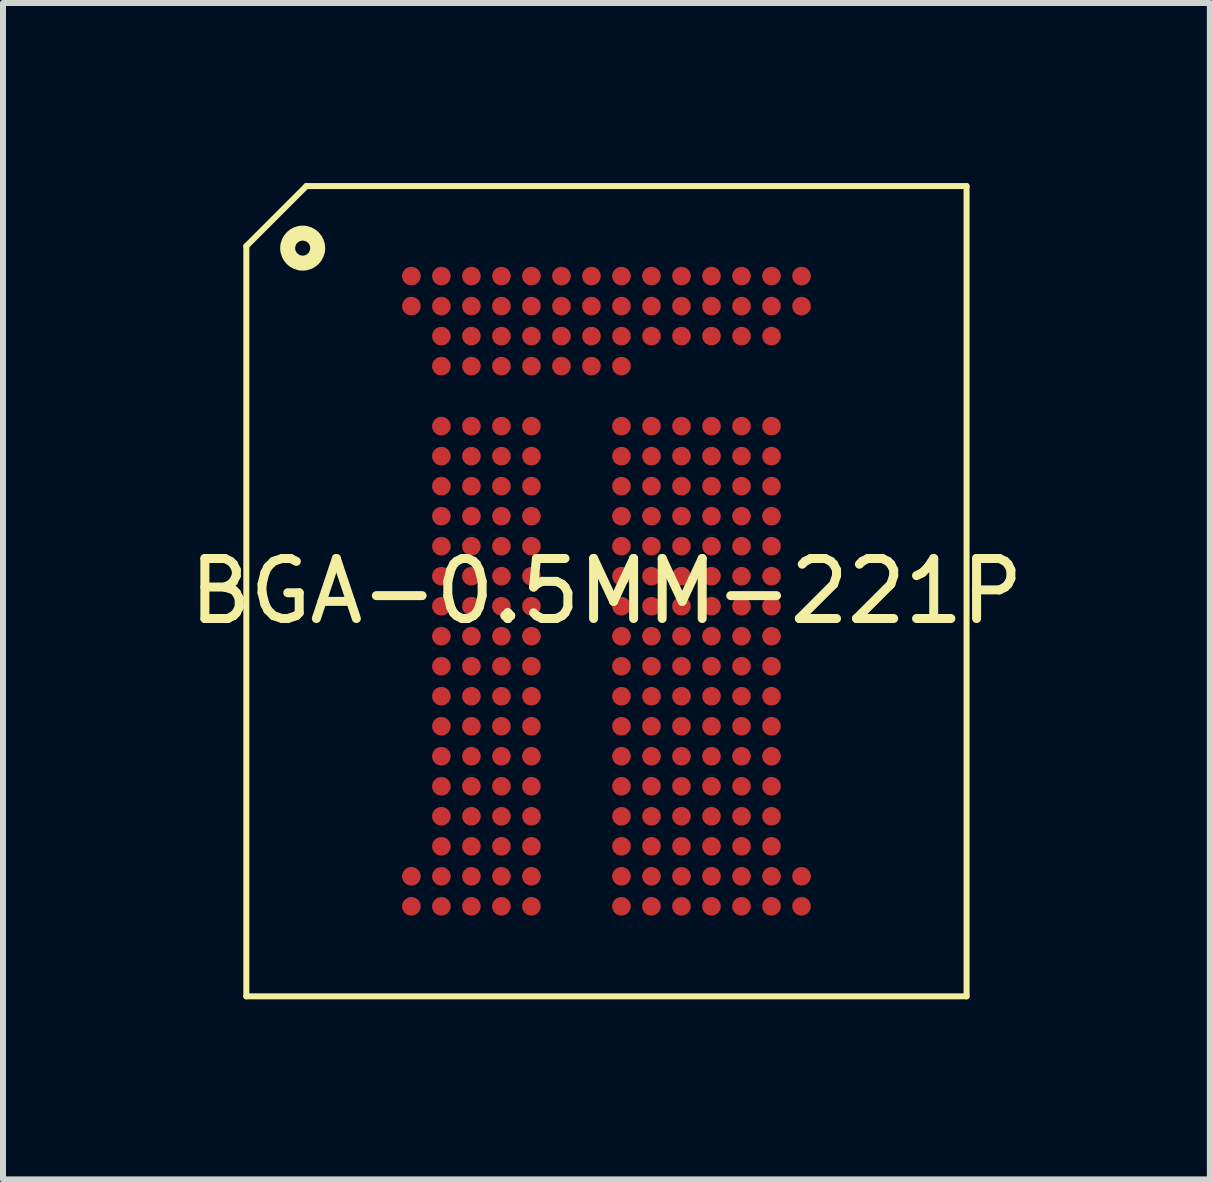
<source format=kicad_pcb>
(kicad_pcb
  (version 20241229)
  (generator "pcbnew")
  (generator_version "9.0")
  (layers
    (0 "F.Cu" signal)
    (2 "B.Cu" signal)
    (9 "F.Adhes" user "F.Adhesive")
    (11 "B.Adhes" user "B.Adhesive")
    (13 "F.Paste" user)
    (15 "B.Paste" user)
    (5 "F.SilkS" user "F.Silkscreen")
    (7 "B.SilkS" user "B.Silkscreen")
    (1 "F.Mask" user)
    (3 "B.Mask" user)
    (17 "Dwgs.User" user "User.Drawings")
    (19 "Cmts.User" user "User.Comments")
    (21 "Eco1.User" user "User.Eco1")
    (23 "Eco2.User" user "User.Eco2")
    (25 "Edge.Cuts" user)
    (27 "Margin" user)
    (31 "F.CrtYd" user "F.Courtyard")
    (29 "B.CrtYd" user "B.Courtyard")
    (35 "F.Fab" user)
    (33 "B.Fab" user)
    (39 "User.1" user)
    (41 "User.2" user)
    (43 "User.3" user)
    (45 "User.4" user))
  (footprint "BGA-0.5MM-221P"
    (layer "F.Cu")
    (at 7.054 6.8)
    (property "Reference" "BGA-0.5MM-221P" (at 0 0 0) (layer "F.SilkS") (effects (font (size 1 1) (thickness 0.15))))
    (fp_line (start -6 -5.75) (end -6 6.75) (stroke (width 0.1) (type default)) (layer "F.SilkS"))
    (fp_line (start -6 6.75) (end 6 6.75) (stroke (width 0.1) (type default)) (layer "F.SilkS"))
    (fp_line (start -5 -6.75) (end -6 -5.75) (stroke (width 0.1) (type default)) (layer "F.SilkS"))
    (fp_line (start -5 -6.75) (end 6 -6.75) (stroke (width 0.1) (type default)) (layer "F.SilkS"))
    (fp_line (start 6 -6.75) (end 6 6.75) (stroke (width 0.1) (type default)) (layer "F.SilkS"))
    (fp_circle (center -5.061 -5.716) (end -4.811 -5.716) (stroke (width 0.25) (type default)) (fill no) (layer "F.SilkS"))
    (pad "A1" smd circle (at -3.25 -5.25) (size 0.31 0.31) (layers "F.Cu" "F.Mask" "F.Paste"))
    (pad "A2" smd circle (at -2.75 -5.25) (size 0.31 0.31) (layers "F.Cu" "F.Mask" "F.Paste"))
    (pad "A3" smd circle (at -2.25 -5.25) (size 0.31 0.31) (layers "F.Cu" "F.Mask" "F.Paste"))
    (pad "A4" smd circle (at -1.75 -5.25) (size 0.31 0.31) (layers "F.Cu" "F.Mask" "F.Paste"))
    (pad "A5" smd circle (at -1.25 -5.25) (size 0.31 0.31) (layers "F.Cu" "F.Mask" "F.Paste"))
    (pad "A6" smd circle (at -0.75 -5.25) (size 0.31 0.31) (layers "F.Cu" "F.Mask" "F.Paste"))
    (pad "A7" smd circle (at -0.25 -5.25) (size 0.31 0.31) (layers "F.Cu" "F.Mask" "F.Paste"))
    (pad "A8" smd circle (at 0.25 -5.25) (size 0.31 0.31) (layers "F.Cu" "F.Mask" "F.Paste"))
    (pad "A9" smd circle (at 0.75 -5.25) (size 0.31 0.31) (layers "F.Cu" "F.Mask" "F.Paste"))
    (pad "A10" smd circle (at 1.25 -5.25) (size 0.31 0.31) (layers "F.Cu" "F.Mask" "F.Paste"))
    (pad "A11" smd circle (at 1.75 -5.25) (size 0.31 0.31) (layers "F.Cu" "F.Mask" "F.Paste"))
    (pad "A12" smd circle (at 2.25 -5.25) (size 0.31 0.31) (layers "F.Cu" "F.Mask" "F.Paste"))
    (pad "A13" smd circle (at 2.75 -5.25) (size 0.31 0.31) (layers "F.Cu" "F.Mask" "F.Paste"))
    (pad "A14" smd circle (at 3.25 -5.25) (size 0.31 0.31) (layers "F.Cu" "F.Mask" "F.Paste"))
    (pad "AA1" smd circle (at -3.25 4.75) (size 0.31 0.31) (layers "F.Cu" "F.Mask" "F.Paste"))
    (pad "AA2" smd circle (at -2.75 4.75) (size 0.31 0.31) (layers "F.Cu" "F.Mask" "F.Paste"))
    (pad "AA3" smd circle (at -2.25 4.75) (size 0.31 0.31) (layers "F.Cu" "F.Mask" "F.Paste"))
    (pad "AA4" smd circle (at -1.75 4.75) (size 0.31 0.31) (layers "F.Cu" "F.Mask" "F.Paste"))
    (pad "AA5" smd circle (at -1.25 4.75) (size 0.31 0.31) (layers "F.Cu" "F.Mask" "F.Paste"))
    (pad "AA8" smd circle (at 0.25 4.75) (size 0.31 0.31) (layers "F.Cu" "F.Mask" "F.Paste"))
    (pad "AA9" smd circle (at 0.75 4.75) (size 0.31 0.31) (layers "F.Cu" "F.Mask" "F.Paste"))
    (pad "AA10" smd circle (at 1.25 4.75) (size 0.31 0.31) (layers "F.Cu" "F.Mask" "F.Paste"))
    (pad "AA11" smd circle (at 1.75 4.75) (size 0.31 0.31) (layers "F.Cu" "F.Mask" "F.Paste"))
    (pad "AA12" smd circle (at 2.25 4.75) (size 0.31 0.31) (layers "F.Cu" "F.Mask" "F.Paste"))
    (pad "AA13" smd circle (at 2.75 4.75) (size 0.31 0.31) (layers "F.Cu" "F.Mask" "F.Paste"))
    (pad "AA14" smd circle (at 3.25 4.75) (size 0.31 0.31) (layers "F.Cu" "F.Mask" "F.Paste"))
    (pad "AB1" smd circle (at -3.25 5.25) (size 0.31 0.31) (layers "F.Cu" "F.Mask" "F.Paste"))
    (pad "AB2" smd circle (at -2.75 5.25) (size 0.31 0.31) (layers "F.Cu" "F.Mask" "F.Paste"))
    (pad "AB3" smd circle (at -2.25 5.25) (size 0.31 0.31) (layers "F.Cu" "F.Mask" "F.Paste"))
    (pad "AB4" smd circle (at -1.75 5.25) (size 0.31 0.31) (layers "F.Cu" "F.Mask" "F.Paste"))
    (pad "AB5" smd circle (at -1.25 5.25) (size 0.31 0.31) (layers "F.Cu" "F.Mask" "F.Paste"))
    (pad "AB8" smd circle (at 0.25 5.25) (size 0.31 0.31) (layers "F.Cu" "F.Mask" "F.Paste"))
    (pad "AB9" smd circle (at 0.75 5.25) (size 0.31 0.31) (layers "F.Cu" "F.Mask" "F.Paste"))
    (pad "AB10" smd circle (at 1.25 5.25) (size 0.31 0.31) (layers "F.Cu" "F.Mask" "F.Paste"))
    (pad "AB11" smd circle (at 1.75 5.25) (size 0.31 0.31) (layers "F.Cu" "F.Mask" "F.Paste"))
    (pad "AB12" smd circle (at 2.25 5.25) (size 0.31 0.31) (layers "F.Cu" "F.Mask" "F.Paste"))
    (pad "AB13" smd circle (at 2.75 5.25) (size 0.31 0.31) (layers "F.Cu" "F.Mask" "F.Paste"))
    (pad "AB14" smd circle (at 3.25 5.25) (size 0.31 0.31) (layers "F.Cu" "F.Mask" "F.Paste"))
    (pad "B1" smd circle (at -3.25 -4.75) (size 0.31 0.31) (layers "F.Cu" "F.Mask" "F.Paste"))
    (pad "B2" smd circle (at -2.75 -4.75) (size 0.31 0.31) (layers "F.Cu" "F.Mask" "F.Paste"))
    (pad "B3" smd circle (at -2.25 -4.75) (size 0.31 0.31) (layers "F.Cu" "F.Mask" "F.Paste"))
    (pad "B4" smd circle (at -1.75 -4.75) (size 0.31 0.31) (layers "F.Cu" "F.Mask" "F.Paste"))
    (pad "B5" smd circle (at -1.25 -4.75) (size 0.31 0.31) (layers "F.Cu" "F.Mask" "F.Paste"))
    (pad "B6" smd circle (at -0.75 -4.75) (size 0.31 0.31) (layers "F.Cu" "F.Mask" "F.Paste"))
    (pad "B7" smd circle (at -0.25 -4.75) (size 0.31 0.31) (layers "F.Cu" "F.Mask" "F.Paste"))
    (pad "B8" smd circle (at 0.25 -4.75) (size 0.31 0.31) (layers "F.Cu" "F.Mask" "F.Paste"))
    (pad "B9" smd circle (at 0.75 -4.75) (size 0.31 0.31) (layers "F.Cu" "F.Mask" "F.Paste"))
    (pad "B10" smd circle (at 1.25 -4.75) (size 0.31 0.31) (layers "F.Cu" "F.Mask" "F.Paste"))
    (pad "B11" smd circle (at 1.75 -4.75) (size 0.31 0.31) (layers "F.Cu" "F.Mask" "F.Paste"))
    (pad "B12" smd circle (at 2.25 -4.75) (size 0.31 0.31) (layers "F.Cu" "F.Mask" "F.Paste"))
    (pad "B13" smd circle (at 2.75 -4.75) (size 0.31 0.31) (layers "F.Cu" "F.Mask" "F.Paste"))
    (pad "B14" smd circle (at 3.25 -4.75) (size 0.31 0.31) (layers "F.Cu" "F.Mask" "F.Paste"))
    (pad "C2" smd circle (at -2.75 -4.25) (size 0.31 0.31) (layers "F.Cu" "F.Mask" "F.Paste"))
    (pad "C3" smd circle (at -2.25 -4.25) (size 0.31 0.31) (layers "F.Cu" "F.Mask" "F.Paste"))
    (pad "C4" smd circle (at -1.75 -4.25) (size 0.31 0.31) (layers "F.Cu" "F.Mask" "F.Paste"))
    (pad "C5" smd circle (at -1.25 -4.25) (size 0.31 0.31) (layers "F.Cu" "F.Mask" "F.Paste"))
    (pad "C6" smd circle (at -0.75 -4.25) (size 0.31 0.31) (layers "F.Cu" "F.Mask" "F.Paste"))
    (pad "C7" smd circle (at -0.25 -4.25) (size 0.31 0.31) (layers "F.Cu" "F.Mask" "F.Paste"))
    (pad "C8" smd circle (at 0.25 -4.25) (size 0.31 0.31) (layers "F.Cu" "F.Mask" "F.Paste"))
    (pad "C9" smd circle (at 0.75 -4.25) (size 0.31 0.31) (layers "F.Cu" "F.Mask" "F.Paste"))
    (pad "C10" smd circle (at 1.25 -4.25) (size 0.31 0.31) (layers "F.Cu" "F.Mask" "F.Paste"))
    (pad "C11" smd circle (at 1.75 -4.25) (size 0.31 0.31) (layers "F.Cu" "F.Mask" "F.Paste"))
    (pad "C12" smd circle (at 2.25 -4.25) (size 0.31 0.31) (layers "F.Cu" "F.Mask" "F.Paste"))
    (pad "C13" smd circle (at 2.75 -4.25) (size 0.31 0.31) (layers "F.Cu" "F.Mask" "F.Paste"))
    (pad "D2" smd circle (at -2.75 -3.75) (size 0.31 0.31) (layers "F.Cu" "F.Mask" "F.Paste"))
    (pad "D3" smd circle (at -2.25 -3.75) (size 0.31 0.31) (layers "F.Cu" "F.Mask" "F.Paste"))
    (pad "D4" smd circle (at -1.75 -3.75) (size 0.31 0.31) (layers "F.Cu" "F.Mask" "F.Paste"))
    (pad "D5" smd circle (at -1.25 -3.75) (size 0.31 0.31) (layers "F.Cu" "F.Mask" "F.Paste"))
    (pad "D6" smd circle (at -0.75 -3.75) (size 0.31 0.31) (layers "F.Cu" "F.Mask" "F.Paste"))
    (pad "D7" smd circle (at -0.25 -3.75) (size 0.31 0.31) (layers "F.Cu" "F.Mask" "F.Paste"))
    (pad "D8" smd circle (at 0.25 -3.75) (size 0.31 0.31) (layers "F.Cu" "F.Mask" "F.Paste"))
    (pad "F2" smd circle (at -2.75 -2.75) (size 0.31 0.31) (layers "F.Cu" "F.Mask" "F.Paste"))
    (pad "F3" smd circle (at -2.25 -2.75) (size 0.31 0.31) (layers "F.Cu" "F.Mask" "F.Paste"))
    (pad "F4" smd circle (at -1.75 -2.75) (size 0.31 0.31) (layers "F.Cu" "F.Mask" "F.Paste"))
    (pad "F5" smd circle (at -1.25 -2.75) (size 0.31 0.31) (layers "F.Cu" "F.Mask" "F.Paste"))
    (pad "F8" smd circle (at 0.25 -2.75) (size 0.31 0.31) (layers "F.Cu" "F.Mask" "F.Paste"))
    (pad "F9" smd circle (at 0.75 -2.75) (size 0.31 0.31) (layers "F.Cu" "F.Mask" "F.Paste"))
    (pad "F10" smd circle (at 1.25 -2.75) (size 0.31 0.31) (layers "F.Cu" "F.Mask" "F.Paste"))
    (pad "F11" smd circle (at 1.75 -2.75) (size 0.31 0.31) (layers "F.Cu" "F.Mask" "F.Paste"))
    (pad "F12" smd circle (at 2.25 -2.75) (size 0.31 0.31) (layers "F.Cu" "F.Mask" "F.Paste"))
    (pad "F13" smd circle (at 2.75 -2.75) (size 0.31 0.31) (layers "F.Cu" "F.Mask" "F.Paste"))
    (pad "G2" smd circle (at -2.75 -2.25) (size 0.31 0.31) (layers "F.Cu" "F.Mask" "F.Paste"))
    (pad "G3" smd circle (at -2.25 -2.25) (size 0.31 0.31) (layers "F.Cu" "F.Mask" "F.Paste"))
    (pad "G4" smd circle (at -1.75 -2.25) (size 0.31 0.31) (layers "F.Cu" "F.Mask" "F.Paste"))
    (pad "G5" smd circle (at -1.25 -2.25) (size 0.31 0.31) (layers "F.Cu" "F.Mask" "F.Paste"))
    (pad "G8" smd circle (at 0.25 -2.25) (size 0.31 0.31) (layers "F.Cu" "F.Mask" "F.Paste"))
    (pad "G9" smd circle (at 0.75 -2.25) (size 0.31 0.31) (layers "F.Cu" "F.Mask" "F.Paste"))
    (pad "G10" smd circle (at 1.25 -2.25) (size 0.31 0.31) (layers "F.Cu" "F.Mask" "F.Paste"))
    (pad "G11" smd circle (at 1.75 -2.25) (size 0.31 0.31) (layers "F.Cu" "F.Mask" "F.Paste"))
    (pad "G12" smd circle (at 2.25 -2.25) (size 0.31 0.31) (layers "F.Cu" "F.Mask" "F.Paste"))
    (pad "G13" smd circle (at 2.75 -2.25) (size 0.31 0.31) (layers "F.Cu" "F.Mask" "F.Paste"))
    (pad "H2" smd circle (at -2.75 -1.75) (size 0.31 0.31) (layers "F.Cu" "F.Mask" "F.Paste"))
    (pad "H3" smd circle (at -2.25 -1.75) (size 0.31 0.31) (layers "F.Cu" "F.Mask" "F.Paste"))
    (pad "H4" smd circle (at -1.75 -1.75) (size 0.31 0.31) (layers "F.Cu" "F.Mask" "F.Paste"))
    (pad "H5" smd circle (at -1.25 -1.75) (size 0.31 0.31) (layers "F.Cu" "F.Mask" "F.Paste"))
    (pad "H8" smd circle (at 0.25 -1.75) (size 0.31 0.31) (layers "F.Cu" "F.Mask" "F.Paste"))
    (pad "H9" smd circle (at 0.75 -1.75) (size 0.31 0.31) (layers "F.Cu" "F.Mask" "F.Paste"))
    (pad "H10" smd circle (at 1.25 -1.75) (size 0.31 0.31) (layers "F.Cu" "F.Mask" "F.Paste"))
    (pad "H11" smd circle (at 1.75 -1.75) (size 0.31 0.31) (layers "F.Cu" "F.Mask" "F.Paste"))
    (pad "H12" smd circle (at 2.25 -1.75) (size 0.31 0.31) (layers "F.Cu" "F.Mask" "F.Paste"))
    (pad "H13" smd circle (at 2.75 -1.75) (size 0.31 0.31) (layers "F.Cu" "F.Mask" "F.Paste"))
    (pad "J2" smd circle (at -2.75 -1.25) (size 0.31 0.31) (layers "F.Cu" "F.Mask" "F.Paste"))
    (pad "J3" smd circle (at -2.25 -1.25) (size 0.31 0.31) (layers "F.Cu" "F.Mask" "F.Paste"))
    (pad "J4" smd circle (at -1.75 -1.25) (size 0.31 0.31) (layers "F.Cu" "F.Mask" "F.Paste"))
    (pad "J5" smd circle (at -1.25 -1.25) (size 0.31 0.31) (layers "F.Cu" "F.Mask" "F.Paste"))
    (pad "J8" smd circle (at 0.25 -1.25) (size 0.31 0.31) (layers "F.Cu" "F.Mask" "F.Paste"))
    (pad "J9" smd circle (at 0.75 -1.25) (size 0.31 0.31) (layers "F.Cu" "F.Mask" "F.Paste"))
    (pad "J10" smd circle (at 1.25 -1.25) (size 0.31 0.31) (layers "F.Cu" "F.Mask" "F.Paste"))
    (pad "J11" smd circle (at 1.75 -1.25) (size 0.31 0.31) (layers "F.Cu" "F.Mask" "F.Paste"))
    (pad "J12" smd circle (at 2.25 -1.25) (size 0.31 0.31) (layers "F.Cu" "F.Mask" "F.Paste"))
    (pad "J13" smd circle (at 2.75 -1.25) (size 0.31 0.31) (layers "F.Cu" "F.Mask" "F.Paste"))
    (pad "K2" smd circle (at -2.75 -0.75) (size 0.31 0.31) (layers "F.Cu" "F.Mask" "F.Paste"))
    (pad "K3" smd circle (at -2.25 -0.75) (size 0.31 0.31) (layers "F.Cu" "F.Mask" "F.Paste"))
    (pad "K4" smd circle (at -1.75 -0.75) (size 0.31 0.31) (layers "F.Cu" "F.Mask" "F.Paste"))
    (pad "K5" smd circle (at -1.25 -0.75) (size 0.31 0.31) (layers "F.Cu" "F.Mask" "F.Paste"))
    (pad "K8" smd circle (at 0.25 -0.75) (size 0.31 0.31) (layers "F.Cu" "F.Mask" "F.Paste"))
    (pad "K9" smd circle (at 0.75 -0.75) (size 0.31 0.31) (layers "F.Cu" "F.Mask" "F.Paste"))
    (pad "K10" smd circle (at 1.25 -0.75) (size 0.31 0.31) (layers "F.Cu" "F.Mask" "F.Paste"))
    (pad "K11" smd circle (at 1.75 -0.75) (size 0.31 0.31) (layers "F.Cu" "F.Mask" "F.Paste"))
    (pad "K12" smd circle (at 2.25 -0.75) (size 0.31 0.31) (layers "F.Cu" "F.Mask" "F.Paste"))
    (pad "K13" smd circle (at 2.75 -0.75) (size 0.31 0.31) (layers "F.Cu" "F.Mask" "F.Paste"))
    (pad "L2" smd circle (at -2.75 -0.25) (size 0.31 0.31) (layers "F.Cu" "F.Mask" "F.Paste"))
    (pad "L3" smd circle (at -2.25 -0.25) (size 0.31 0.31) (layers "F.Cu" "F.Mask" "F.Paste"))
    (pad "L4" smd circle (at -1.75 -0.25) (size 0.31 0.31) (layers "F.Cu" "F.Mask" "F.Paste"))
    (pad "L5" smd circle (at -1.25 -0.25) (size 0.31 0.31) (layers "F.Cu" "F.Mask" "F.Paste"))
    (pad "L8" smd circle (at 0.25 -0.25) (size 0.31 0.31) (layers "F.Cu" "F.Mask" "F.Paste"))
    (pad "L9" smd circle (at 0.75 -0.25) (size 0.31 0.31) (layers "F.Cu" "F.Mask" "F.Paste"))
    (pad "L10" smd circle (at 1.25 -0.25) (size 0.31 0.31) (layers "F.Cu" "F.Mask" "F.Paste"))
    (pad "L11" smd circle (at 1.75 -0.25) (size 0.31 0.31) (layers "F.Cu" "F.Mask" "F.Paste"))
    (pad "L12" smd circle (at 2.25 -0.25) (size 0.31 0.31) (layers "F.Cu" "F.Mask" "F.Paste"))
    (pad "L13" smd circle (at 2.75 -0.25) (size 0.31 0.31) (layers "F.Cu" "F.Mask" "F.Paste"))
    (pad "M2" smd circle (at -2.75 0.25) (size 0.31 0.31) (layers "F.Cu" "F.Mask" "F.Paste"))
    (pad "M3" smd circle (at -2.25 0.25) (size 0.31 0.31) (layers "F.Cu" "F.Mask" "F.Paste"))
    (pad "M4" smd circle (at -1.75 0.25) (size 0.31 0.31) (layers "F.Cu" "F.Mask" "F.Paste"))
    (pad "M5" smd circle (at -1.25 0.25) (size 0.31 0.31) (layers "F.Cu" "F.Mask" "F.Paste"))
    (pad "M8" smd circle (at 0.25 0.25) (size 0.31 0.31) (layers "F.Cu" "F.Mask" "F.Paste"))
    (pad "M9" smd circle (at 0.75 0.25) (size 0.31 0.31) (layers "F.Cu" "F.Mask" "F.Paste"))
    (pad "M10" smd circle (at 1.25 0.25) (size 0.31 0.31) (layers "F.Cu" "F.Mask" "F.Paste"))
    (pad "M11" smd circle (at 1.75 0.25) (size 0.31 0.31) (layers "F.Cu" "F.Mask" "F.Paste"))
    (pad "M12" smd circle (at 2.25 0.25) (size 0.31 0.31) (layers "F.Cu" "F.Mask" "F.Paste"))
    (pad "M13" smd circle (at 2.75 0.25) (size 0.31 0.31) (layers "F.Cu" "F.Mask" "F.Paste"))
    (pad "N2" smd circle (at -2.75 0.75) (size 0.31 0.31) (layers "F.Cu" "F.Mask" "F.Paste"))
    (pad "N3" smd circle (at -2.25 0.75) (size 0.31 0.31) (layers "F.Cu" "F.Mask" "F.Paste"))
    (pad "N4" smd circle (at -1.75 0.75) (size 0.31 0.31) (layers "F.Cu" "F.Mask" "F.Paste"))
    (pad "N5" smd circle (at -1.25 0.75) (size 0.31 0.31) (layers "F.Cu" "F.Mask" "F.Paste"))
    (pad "N8" smd circle (at 0.25 0.75) (size 0.31 0.31) (layers "F.Cu" "F.Mask" "F.Paste"))
    (pad "N9" smd circle (at 0.75 0.75) (size 0.31 0.31) (layers "F.Cu" "F.Mask" "F.Paste"))
    (pad "N10" smd circle (at 1.25 0.75) (size 0.31 0.31) (layers "F.Cu" "F.Mask" "F.Paste"))
    (pad "N11" smd circle (at 1.75 0.75) (size 0.31 0.31) (layers "F.Cu" "F.Mask" "F.Paste"))
    (pad "N12" smd circle (at 2.25 0.75) (size 0.31 0.31) (layers "F.Cu" "F.Mask" "F.Paste"))
    (pad "N13" smd circle (at 2.75 0.75) (size 0.31 0.31) (layers "F.Cu" "F.Mask" "F.Paste"))
    (pad "P2" smd circle (at -2.75 1.25) (size 0.31 0.31) (layers "F.Cu" "F.Mask" "F.Paste"))
    (pad "P3" smd circle (at -2.25 1.25) (size 0.31 0.31) (layers "F.Cu" "F.Mask" "F.Paste"))
    (pad "P4" smd circle (at -1.75 1.25) (size 0.31 0.31) (layers "F.Cu" "F.Mask" "F.Paste"))
    (pad "P5" smd circle (at -1.25 1.25) (size 0.31 0.31) (layers "F.Cu" "F.Mask" "F.Paste"))
    (pad "P8" smd circle (at 0.25 1.25) (size 0.31 0.31) (layers "F.Cu" "F.Mask" "F.Paste"))
    (pad "P9" smd circle (at 0.75 1.25) (size 0.31 0.31) (layers "F.Cu" "F.Mask" "F.Paste"))
    (pad "P10" smd circle (at 1.25 1.25) (size 0.31 0.31) (layers "F.Cu" "F.Mask" "F.Paste"))
    (pad "P11" smd circle (at 1.75 1.25) (size 0.31 0.31) (layers "F.Cu" "F.Mask" "F.Paste"))
    (pad "P12" smd circle (at 2.25 1.25) (size 0.31 0.31) (layers "F.Cu" "F.Mask" "F.Paste"))
    (pad "P13" smd circle (at 2.75 1.25) (size 0.31 0.31) (layers "F.Cu" "F.Mask" "F.Paste"))
    (pad "R2" smd circle (at -2.75 1.75) (size 0.31 0.31) (layers "F.Cu" "F.Mask" "F.Paste"))
    (pad "R3" smd circle (at -2.25 1.75) (size 0.31 0.31) (layers "F.Cu" "F.Mask" "F.Paste"))
    (pad "R4" smd circle (at -1.75 1.75) (size 0.31 0.31) (layers "F.Cu" "F.Mask" "F.Paste"))
    (pad "R5" smd circle (at -1.25 1.75) (size 0.31 0.31) (layers "F.Cu" "F.Mask" "F.Paste"))
    (pad "R8" smd circle (at 0.25 1.75) (size 0.31 0.31) (layers "F.Cu" "F.Mask" "F.Paste"))
    (pad "R9" smd circle (at 0.75 1.75) (size 0.31 0.31) (layers "F.Cu" "F.Mask" "F.Paste"))
    (pad "R10" smd circle (at 1.25 1.75) (size 0.31 0.31) (layers "F.Cu" "F.Mask" "F.Paste"))
    (pad "R11" smd circle (at 1.75 1.75) (size 0.31 0.31) (layers "F.Cu" "F.Mask" "F.Paste"))
    (pad "R12" smd circle (at 2.25 1.75) (size 0.31 0.31) (layers "F.Cu" "F.Mask" "F.Paste"))
    (pad "R13" smd circle (at 2.75 1.75) (size 0.31 0.31) (layers "F.Cu" "F.Mask" "F.Paste"))
    (pad "T2" smd circle (at -2.75 2.25) (size 0.31 0.31) (layers "F.Cu" "F.Mask" "F.Paste"))
    (pad "T3" smd circle (at -2.25 2.25) (size 0.31 0.31) (layers "F.Cu" "F.Mask" "F.Paste"))
    (pad "T4" smd circle (at -1.75 2.25) (size 0.31 0.31) (layers "F.Cu" "F.Mask" "F.Paste"))
    (pad "T5" smd circle (at -1.25 2.25) (size 0.31 0.31) (layers "F.Cu" "F.Mask" "F.Paste"))
    (pad "T8" smd circle (at 0.25 2.25) (size 0.31 0.31) (layers "F.Cu" "F.Mask" "F.Paste"))
    (pad "T9" smd circle (at 0.75 2.25) (size 0.31 0.31) (layers "F.Cu" "F.Mask" "F.Paste"))
    (pad "T10" smd circle (at 1.25 2.25) (size 0.31 0.31) (layers "F.Cu" "F.Mask" "F.Paste"))
    (pad "T11" smd circle (at 1.75 2.25) (size 0.31 0.31) (layers "F.Cu" "F.Mask" "F.Paste"))
    (pad "T12" smd circle (at 2.25 2.25) (size 0.31 0.31) (layers "F.Cu" "F.Mask" "F.Paste"))
    (pad "T13" smd circle (at 2.75 2.25) (size 0.31 0.31) (layers "F.Cu" "F.Mask" "F.Paste"))
    (pad "U2" smd circle (at -2.75 2.75) (size 0.31 0.31) (layers "F.Cu" "F.Mask" "F.Paste"))
    (pad "U3" smd circle (at -2.25 2.75) (size 0.31 0.31) (layers "F.Cu" "F.Mask" "F.Paste"))
    (pad "U4" smd circle (at -1.75 2.75) (size 0.31 0.31) (layers "F.Cu" "F.Mask" "F.Paste"))
    (pad "U5" smd circle (at -1.25 2.75) (size 0.31 0.31) (layers "F.Cu" "F.Mask" "F.Paste"))
    (pad "U8" smd circle (at 0.25 2.75) (size 0.31 0.31) (layers "F.Cu" "F.Mask" "F.Paste"))
    (pad "U9" smd circle (at 0.75 2.75) (size 0.31 0.31) (layers "F.Cu" "F.Mask" "F.Paste"))
    (pad "U10" smd circle (at 1.25 2.75) (size 0.31 0.31) (layers "F.Cu" "F.Mask" "F.Paste"))
    (pad "U11" smd circle (at 1.75 2.75) (size 0.31 0.31) (layers "F.Cu" "F.Mask" "F.Paste"))
    (pad "U12" smd circle (at 2.25 2.75) (size 0.31 0.31) (layers "F.Cu" "F.Mask" "F.Paste"))
    (pad "U13" smd circle (at 2.75 2.75) (size 0.31 0.31) (layers "F.Cu" "F.Mask" "F.Paste"))
    (pad "V2" smd circle (at -2.75 3.25) (size 0.31 0.31) (layers "F.Cu" "F.Mask" "F.Paste"))
    (pad "V3" smd circle (at -2.25 3.25) (size 0.31 0.31) (layers "F.Cu" "F.Mask" "F.Paste"))
    (pad "V4" smd circle (at -1.75 3.25) (size 0.31 0.31) (layers "F.Cu" "F.Mask" "F.Paste"))
    (pad "V5" smd circle (at -1.25 3.25) (size 0.31 0.31) (layers "F.Cu" "F.Mask" "F.Paste"))
    (pad "V8" smd circle (at 0.25 3.25) (size 0.31 0.31) (layers "F.Cu" "F.Mask" "F.Paste"))
    (pad "V9" smd circle (at 0.75 3.25) (size 0.31 0.31) (layers "F.Cu" "F.Mask" "F.Paste"))
    (pad "V10" smd circle (at 1.25 3.25) (size 0.31 0.31) (layers "F.Cu" "F.Mask" "F.Paste"))
    (pad "V11" smd circle (at 1.75 3.25) (size 0.31 0.31) (layers "F.Cu" "F.Mask" "F.Paste"))
    (pad "V12" smd circle (at 2.25 3.25) (size 0.31 0.31) (layers "F.Cu" "F.Mask" "F.Paste"))
    (pad "V13" smd circle (at 2.75 3.25) (size 0.31 0.31) (layers "F.Cu" "F.Mask" "F.Paste"))
    (pad "W2" smd circle (at -2.75 3.75) (size 0.31 0.31) (layers "F.Cu" "F.Mask" "F.Paste"))
    (pad "W3" smd circle (at -2.25 3.75) (size 0.31 0.31) (layers "F.Cu" "F.Mask" "F.Paste"))
    (pad "W4" smd circle (at -1.75 3.75) (size 0.31 0.31) (layers "F.Cu" "F.Mask" "F.Paste"))
    (pad "W5" smd circle (at -1.25 3.75) (size 0.31 0.31) (layers "F.Cu" "F.Mask" "F.Paste"))
    (pad "W8" smd circle (at 0.25 3.75) (size 0.31 0.31) (layers "F.Cu" "F.Mask" "F.Paste"))
    (pad "W9" smd circle (at 0.75 3.75) (size 0.31 0.31) (layers "F.Cu" "F.Mask" "F.Paste"))
    (pad "W10" smd circle (at 1.25 3.75) (size 0.31 0.31) (layers "F.Cu" "F.Mask" "F.Paste"))
    (pad "W11" smd circle (at 1.75 3.75) (size 0.31 0.31) (layers "F.Cu" "F.Mask" "F.Paste"))
    (pad "W12" smd circle (at 2.25 3.75) (size 0.31 0.31) (layers "F.Cu" "F.Mask" "F.Paste"))
    (pad "W13" smd circle (at 2.75 3.75) (size 0.31 0.31) (layers "F.Cu" "F.Mask" "F.Paste"))
    (pad "Y2" smd circle (at -2.75 4.25) (size 0.31 0.31) (layers "F.Cu" "F.Mask" "F.Paste"))
    (pad "Y3" smd circle (at -2.25 4.25) (size 0.31 0.31) (layers "F.Cu" "F.Mask" "F.Paste"))
    (pad "Y4" smd circle (at -1.75 4.25) (size 0.31 0.31) (layers "F.Cu" "F.Mask" "F.Paste"))
    (pad "Y5" smd circle (at -1.25 4.25) (size 0.31 0.31) (layers "F.Cu" "F.Mask" "F.Paste"))
    (pad "Y8" smd circle (at 0.25 4.25) (size 0.31 0.31) (layers "F.Cu" "F.Mask" "F.Paste"))
    (pad "Y9" smd circle (at 0.75 4.25) (size 0.31 0.31) (layers "F.Cu" "F.Mask" "F.Paste"))
    (pad "Y10" smd circle (at 1.25 4.25) (size 0.31 0.31) (layers "F.Cu" "F.Mask" "F.Paste"))
    (pad "Y11" smd circle (at 1.75 4.25) (size 0.31 0.31) (layers "F.Cu" "F.Mask" "F.Paste"))
    (pad "Y12" smd circle (at 2.25 4.25) (size 0.31 0.31) (layers "F.Cu" "F.Mask" "F.Paste"))
    (pad "Y13" smd circle (at 2.75 4.25) (size 0.31 0.31) (layers "F.Cu" "F.Mask" "F.Paste")))
  (gr_rect
    (start -3 -3)
    (end 17.107 16.6)
    (stroke (width 0.1) (type default))
    (fill no)
    (layer "Edge.Cuts")))
</source>
